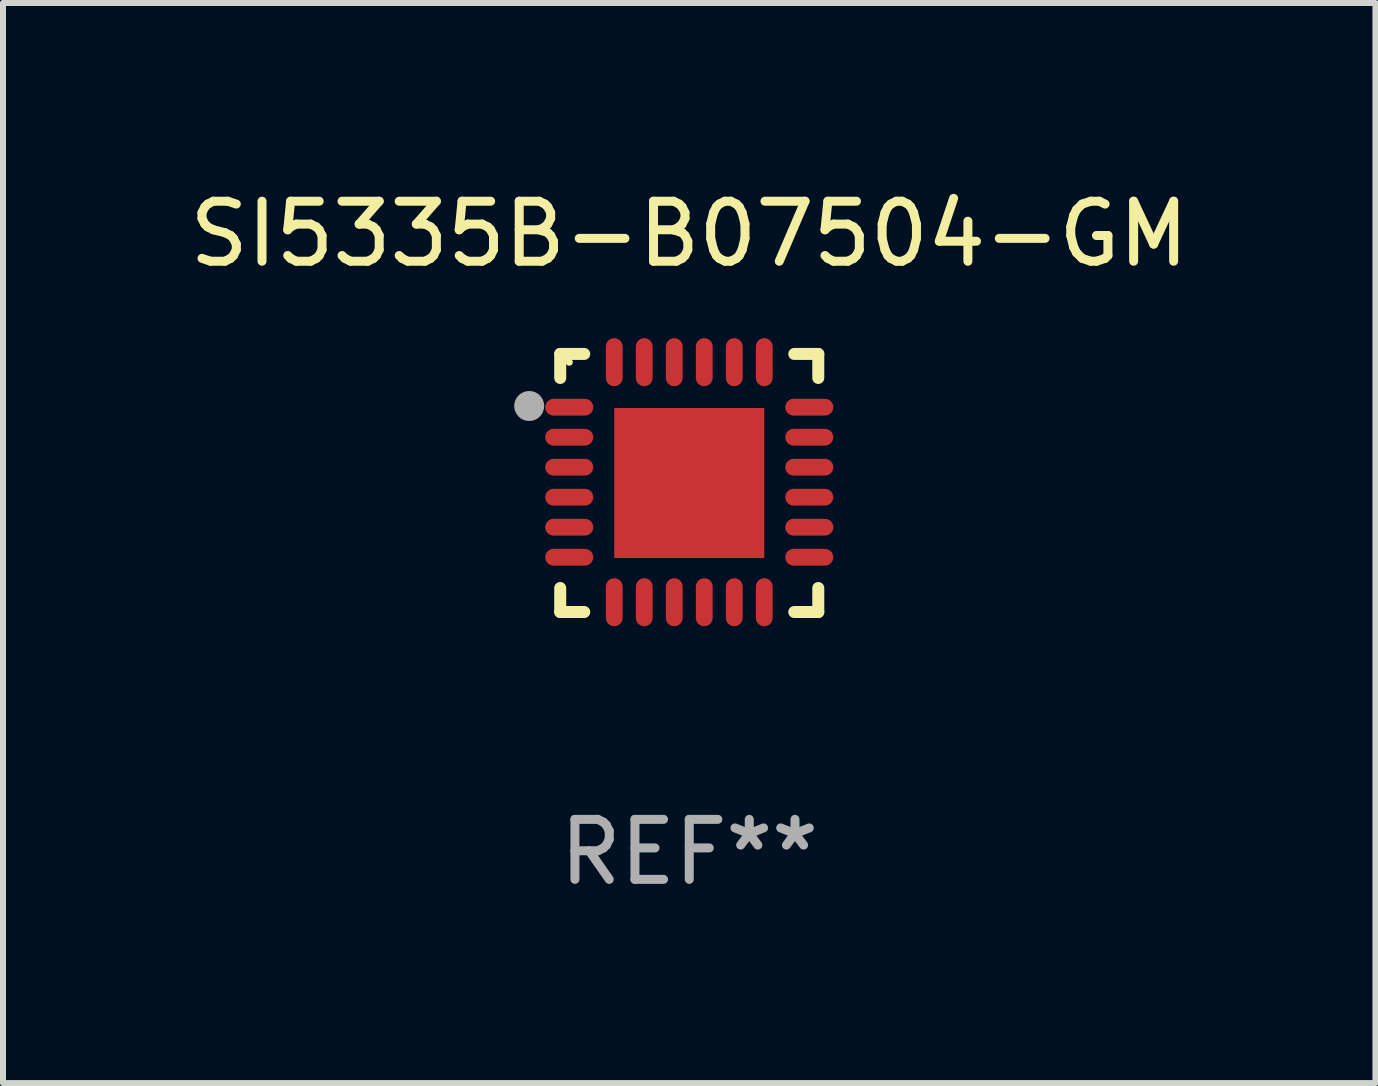
<source format=kicad_pcb>
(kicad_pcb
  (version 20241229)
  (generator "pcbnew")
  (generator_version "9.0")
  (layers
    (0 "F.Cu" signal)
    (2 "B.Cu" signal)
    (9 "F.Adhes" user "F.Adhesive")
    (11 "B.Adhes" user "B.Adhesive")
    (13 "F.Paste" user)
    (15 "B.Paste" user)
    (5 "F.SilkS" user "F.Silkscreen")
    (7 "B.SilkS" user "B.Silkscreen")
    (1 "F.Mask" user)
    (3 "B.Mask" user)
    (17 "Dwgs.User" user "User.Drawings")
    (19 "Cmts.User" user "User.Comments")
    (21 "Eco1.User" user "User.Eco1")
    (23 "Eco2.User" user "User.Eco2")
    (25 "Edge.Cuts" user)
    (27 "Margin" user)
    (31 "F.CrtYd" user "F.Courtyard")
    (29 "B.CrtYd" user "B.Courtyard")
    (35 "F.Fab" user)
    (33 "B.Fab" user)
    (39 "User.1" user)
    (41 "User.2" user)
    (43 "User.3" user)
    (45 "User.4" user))
  (footprint "SI5335B-B07504-GM"
    (layer "F.Cu")
    (at 8.435 4.998)
    (property "Reference" "SI5335B-B07504-GM" (at 0 -4.15 0) (layer "F.SilkS") (effects (font (size 1 1) (thickness 0.15))))
    (attr through_hole)
    (fp_line (start -2.15 -2.15) (end -1.75 -2.15) (stroke (width 0.2) (type solid)) (layer "F.SilkS"))
    (fp_line (start -2.15 -1.75) (end -2.15 -2.15) (stroke (width 0.2) (type solid)) (layer "F.SilkS"))
    (fp_line (start -2.15 2.15) (end -2.15 1.75) (stroke (width 0.2) (type solid)) (layer "F.SilkS"))
    (fp_line (start -1.75 2.15) (end -2.15 2.15) (stroke (width 0.2) (type solid)) (layer "F.SilkS"))
    (fp_line (start 1.75 -2.15) (end 2.15 -2.15) (stroke (width 0.2) (type solid)) (layer "F.SilkS"))
    (fp_line (start 1.75 2.15) (end 2.15 2.15) (stroke (width 0.2) (type solid)) (layer "F.SilkS"))
    (fp_line (start 2.15 -2.15) (end 2.15 -1.75) (stroke (width 0.2) (type solid)) (layer "F.SilkS"))
    (fp_line (start 2.15 2.15) (end 2.15 1.75) (stroke (width 0.2) (type solid)) (layer "F.SilkS"))
    (fp_circle (center -2 -2.013) (end -1.97 -2.013) (stroke (width 0.06) (type solid)) (fill no) (layer "F.SilkS"))
    (fp_circle (center -2.667 -1.283) (end -2.542 -1.283) (stroke (width 0.25) (type solid)) (fill no) (layer "F.Fab"))
    (fp_text user "REF**" (at 0 6.15 0) (layer "F.Fab") (effects (font (size 1 1) (thickness 0.15))))
    (pad "1" smd oval (at -2 -1.263) (size 0.8 0.28) (layers "F.Cu" "F.Mask" "F.Paste"))
    (pad "2" smd oval (at -2 -0.763) (size 0.8 0.28) (layers "F.Cu" "F.Mask" "F.Paste"))
    (pad "3" smd oval (at -2 -0.263) (size 0.8 0.28) (layers "F.Cu" "F.Mask" "F.Paste"))
    (pad "4" smd oval (at -2 0.237) (size 0.8 0.28) (layers "F.Cu" "F.Mask" "F.Paste"))
    (pad "5" smd oval (at -2 0.737) (size 0.8 0.28) (layers "F.Cu" "F.Mask" "F.Paste"))
    (pad "6" smd oval (at -2 1.237) (size 0.8 0.28) (layers "F.Cu" "F.Mask" "F.Paste"))
    (pad "7" smd oval (at -1.25 1.987) (size 0.28 0.8) (layers "F.Cu" "F.Mask" "F.Paste"))
    (pad "8" smd oval (at -0.75 1.987) (size 0.28 0.8) (layers "F.Cu" "F.Mask" "F.Paste"))
    (pad "9" smd oval (at -0.25 1.987) (size 0.28 0.8) (layers "F.Cu" "F.Mask" "F.Paste"))
    (pad "10" smd oval (at 0.25 1.987) (size 0.28 0.8) (layers "F.Cu" "F.Mask" "F.Paste"))
    (pad "11" smd oval (at 0.75 1.987) (size 0.28 0.8) (layers "F.Cu" "F.Mask" "F.Paste"))
    (pad "12" smd oval (at 1.25 1.987) (size 0.28 0.8) (layers "F.Cu" "F.Mask" "F.Paste"))
    (pad "13" smd oval (at 2 1.237) (size 0.8 0.28) (layers "F.Cu" "F.Mask" "F.Paste"))
    (pad "14" smd oval (at 2 0.737) (size 0.8 0.28) (layers "F.Cu" "F.Mask" "F.Paste"))
    (pad "15" smd oval (at 2 0.237) (size 0.8 0.28) (layers "F.Cu" "F.Mask" "F.Paste"))
    (pad "16" smd oval (at 2 -0.263) (size 0.8 0.28) (layers "F.Cu" "F.Mask" "F.Paste"))
    (pad "17" smd oval (at 2 -0.763) (size 0.8 0.28) (layers "F.Cu" "F.Mask" "F.Paste"))
    (pad "18" smd oval (at 2 -1.263) (size 0.8 0.28) (layers "F.Cu" "F.Mask" "F.Paste"))
    (pad "19" smd oval (at 1.25 -2.013) (size 0.28 0.8) (layers "F.Cu" "F.Mask" "F.Paste"))
    (pad "20" smd oval (at 0.75 -2.013) (size 0.28 0.8) (layers "F.Cu" "F.Mask" "F.Paste"))
    (pad "21" smd oval (at 0.25 -2.013) (size 0.28 0.8) (layers "F.Cu" "F.Mask" "F.Paste"))
    (pad "22" smd oval (at -0.25 -2.013) (size 0.28 0.8) (layers "F.Cu" "F.Mask" "F.Paste"))
    (pad "23" smd oval (at -0.75 -2.013) (size 0.28 0.8) (layers "F.Cu" "F.Mask" "F.Paste"))
    (pad "24" smd oval (at -1.25 -2.013) (size 0.28 0.8) (layers "F.Cu" "F.Mask" "F.Paste"))
    (pad "25" smd rect (at -0.000127 -0.00014) (size 2.5 2.5) (layers "F.Cu" "F.Mask" "F.Paste")))
  (gr_rect
    (start -3 -3)
    (end 19.869 14.997)
    (stroke (width 0.1) (type default))
    (fill no)
    (layer "Edge.Cuts")))
</source>
